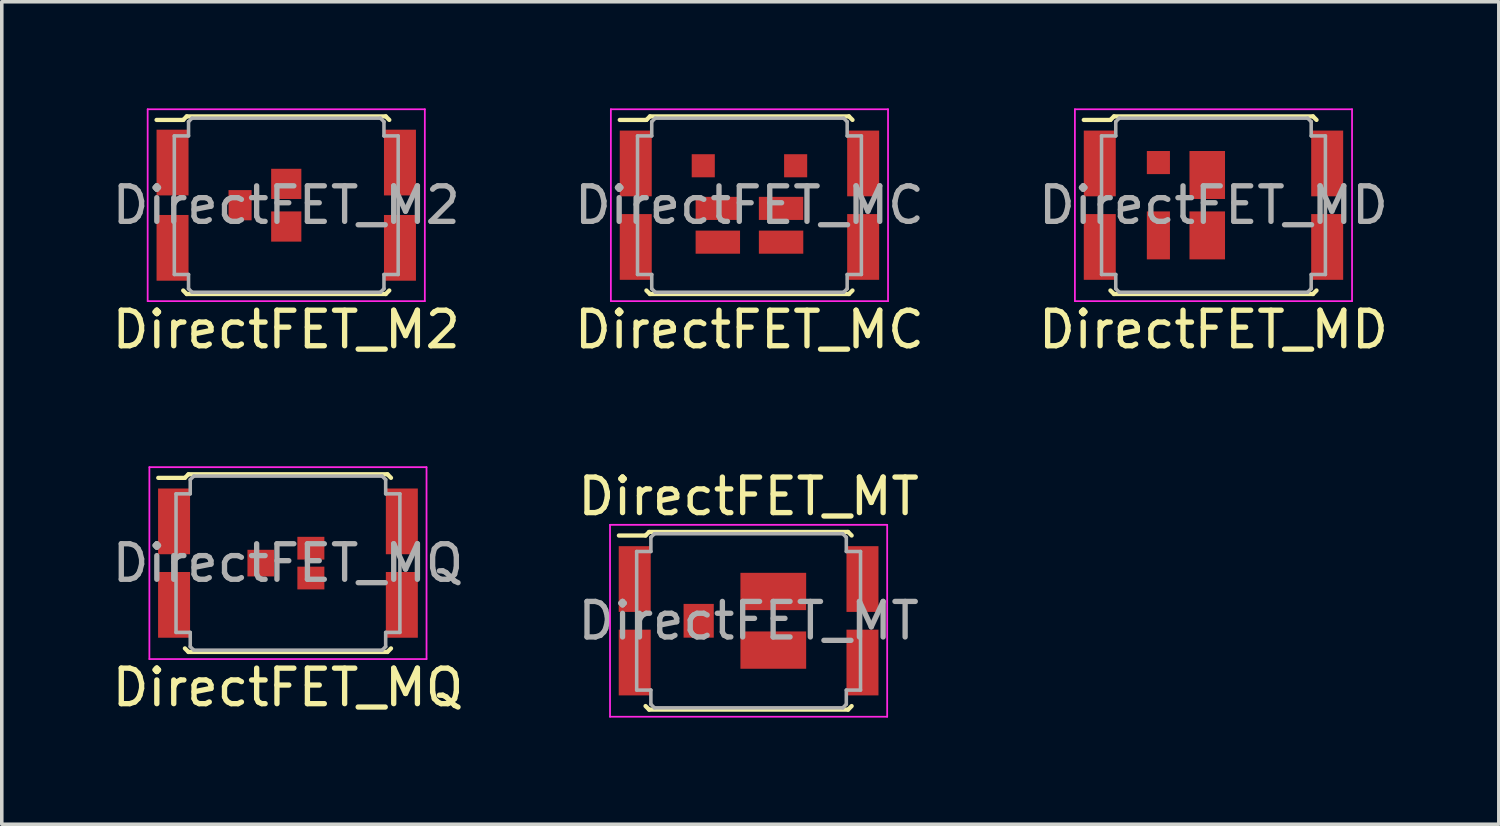
<source format=kicad_pcb>
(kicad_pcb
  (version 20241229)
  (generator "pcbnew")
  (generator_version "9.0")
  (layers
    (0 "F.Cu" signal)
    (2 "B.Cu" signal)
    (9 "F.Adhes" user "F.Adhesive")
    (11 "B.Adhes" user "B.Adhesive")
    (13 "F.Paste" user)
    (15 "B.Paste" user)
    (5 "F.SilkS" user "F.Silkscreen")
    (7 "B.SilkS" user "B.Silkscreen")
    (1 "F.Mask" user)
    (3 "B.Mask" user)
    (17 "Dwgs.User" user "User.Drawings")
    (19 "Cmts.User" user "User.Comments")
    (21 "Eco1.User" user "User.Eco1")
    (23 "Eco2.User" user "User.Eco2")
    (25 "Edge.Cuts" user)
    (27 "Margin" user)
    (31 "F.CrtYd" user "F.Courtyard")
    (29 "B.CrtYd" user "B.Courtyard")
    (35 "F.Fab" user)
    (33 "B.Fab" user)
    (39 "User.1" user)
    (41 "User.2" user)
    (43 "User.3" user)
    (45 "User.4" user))
  (footprint "DirectFET_MD"
    (layer "F.Cu")
    (at 31.101 2.725)
    (property "Reference" "DirectFET_MD" (at 0 3.5 0) (layer "F.SilkS") (effects (font (size 1 1) (thickness 0.15))))
    (attr smd)
    (fp_line (start -3.65 -2.4) (end -2.9 -2.4) (stroke (width 0.12) (type solid)) (layer "F.SilkS"))
    (fp_line (start -2.9 -2.4) (end -2.8 -2.5) (stroke (width 0.12) (type solid)) (layer "F.SilkS"))
    (fp_line (start -2.8 -2.5) (end 2.8 -2.5) (stroke (width 0.12) (type solid)) (layer "F.SilkS"))
    (fp_line (start -2.8 2.5) (end -2.9 2.4) (stroke (width 0.12) (type solid)) (layer "F.SilkS"))
    (fp_line (start 2.8 -2.5) (end 2.9 -2.4) (stroke (width 0.12) (type solid)) (layer "F.SilkS"))
    (fp_line (start 2.8 2.5) (end -2.8 2.5) (stroke (width 0.12) (type solid)) (layer "F.SilkS"))
    (fp_line (start 2.9 2.4) (end 2.8 2.5) (stroke (width 0.12) (type solid)) (layer "F.SilkS"))
    (fp_line (start -3.9 -2.7) (end -3.9 2.7) (stroke (width 0.05) (type solid)) (layer "F.CrtYd"))
    (fp_line (start -3.9 2.7) (end 3.9 2.7) (stroke (width 0.05) (type solid)) (layer "F.CrtYd"))
    (fp_line (start 3.9 -2.7) (end -3.9 -2.7) (stroke (width 0.05) (type solid)) (layer "F.CrtYd"))
    (fp_line (start 3.9 2.7) (end 3.9 -2.7) (stroke (width 0.05) (type solid)) (layer "F.CrtYd"))
    (fp_line (start -3.15 -1.95) (end -2.75 -1.95) (stroke (width 0.1) (type solid)) (layer "F.Fab"))
    (fp_line (start -3.15 1.95) (end -3.15 -1.95) (stroke (width 0.1) (type solid)) (layer "F.Fab"))
    (fp_line (start -3.15 1.95) (end -2.75 1.95) (stroke (width 0.1) (type solid)) (layer "F.Fab"))
    (fp_line (start -2.75 -2.35) (end -2.65 -2.45) (stroke (width 0.1) (type solid)) (layer "F.Fab"))
    (fp_line (start -2.75 -1.95) (end -2.75 -2.35) (stroke (width 0.1) (type solid)) (layer "F.Fab"))
    (fp_line (start -2.75 1.95) (end -2.75 2.35) (stroke (width 0.1) (type solid)) (layer "F.Fab"))
    (fp_line (start -2.75 2.35) (end -2.65 2.45) (stroke (width 0.1) (type solid)) (layer "F.Fab"))
    (fp_line (start -2.65 2.45) (end 2.65 2.45) (stroke (width 0.1) (type solid)) (layer "F.Fab"))
    (fp_line (start 2.65 -2.45) (end -2.65 -2.45) (stroke (width 0.1) (type solid)) (layer "F.Fab"))
    (fp_line (start 2.65 -2.45) (end 2.75 -2.35) (stroke (width 0.1) (type solid)) (layer "F.Fab"))
    (fp_line (start 2.75 -2.35) (end 2.75 -1.95) (stroke (width 0.1) (type solid)) (layer "F.Fab"))
    (fp_line (start 2.75 -1.95) (end 3.15 -1.95) (stroke (width 0.1) (type solid)) (layer "F.Fab"))
    (fp_line (start 2.75 1.95) (end 2.75 2.35) (stroke (width 0.1) (type solid)) (layer "F.Fab"))
    (fp_line (start 2.75 2.35) (end 2.65 2.45) (stroke (width 0.1) (type solid)) (layer "F.Fab"))
    (fp_line (start 3.15 -1.95) (end 3.15 1.95) (stroke (width 0.1) (type solid)) (layer "F.Fab"))
    (fp_line (start 3.15 1.95) (end 2.75 1.95) (stroke (width 0.1) (type solid)) (layer "F.Fab"))
    (fp_text user "${REFERENCE}" (at 0 0 0) (layer "F.Fab") (effects (font (size 1 1) (thickness 0.15))))
    (pad "1" smd rect (at -3.2 -1.175) (size 0.9 1.85) (layers "F.Cu" "F.Mask" "F.Paste"))
    (pad "1" smd rect (at -3.2 1.175) (size 0.9 1.85) (layers "F.Cu" "F.Mask" "F.Paste"))
    (pad "1" smd rect (at 3.2 -1.175) (size 0.9 1.85) (layers "F.Cu" "F.Mask" "F.Paste"))
    (pad "1" smd rect (at 3.2 1.175) (size 0.9 1.85) (layers "F.Cu" "F.Mask" "F.Paste"))
    (pad "2" smd rect (at -1.55 -1.2) (size 0.65 0.65) (layers "F.Cu" "F.Mask" "F.Paste"))
    (pad "3" smd rect (at -1.55 0.85) (size 0.65 1.35) (layers "F.Cu" "F.Mask" "F.Paste"))
    (pad "3" smd rect (at -0.175 -0.85) (size 1 1.35) (layers "F.Cu" "F.Mask" "F.Paste"))
    (pad "3" smd rect (at -0.175 0.85) (size 1 1.35) (layers "F.Cu" "F.Mask" "F.Paste")))
  (footprint "DirectFET_M2"
    (layer "F.Cu")
    (at 5.006 2.725)
    (property "Reference" "DirectFET_M2" (at 0 3.5 0) (layer "F.SilkS") (effects (font (size 1 1) (thickness 0.15))))
    (attr smd)
    (fp_line (start -3.65 -2.4) (end -2.9 -2.4) (stroke (width 0.12) (type solid)) (layer "F.SilkS"))
    (fp_line (start -2.9 -2.4) (end -2.8 -2.5) (stroke (width 0.12) (type solid)) (layer "F.SilkS"))
    (fp_line (start -2.8 -2.5) (end 2.8 -2.5) (stroke (width 0.12) (type solid)) (layer "F.SilkS"))
    (fp_line (start -2.8 2.5) (end -2.9 2.4) (stroke (width 0.12) (type solid)) (layer "F.SilkS"))
    (fp_line (start 2.8 -2.5) (end 2.9 -2.4) (stroke (width 0.12) (type solid)) (layer "F.SilkS"))
    (fp_line (start 2.8 2.5) (end -2.8 2.5) (stroke (width 0.12) (type solid)) (layer "F.SilkS"))
    (fp_line (start 2.9 2.4) (end 2.8 2.5) (stroke (width 0.12) (type solid)) (layer "F.SilkS"))
    (fp_line (start -3.9 -2.7) (end -3.9 2.7) (stroke (width 0.05) (type solid)) (layer "F.CrtYd"))
    (fp_line (start -3.9 2.7) (end 3.9 2.7) (stroke (width 0.05) (type solid)) (layer "F.CrtYd"))
    (fp_line (start 3.9 -2.7) (end -3.9 -2.7) (stroke (width 0.05) (type solid)) (layer "F.CrtYd"))
    (fp_line (start 3.9 2.7) (end 3.9 -2.7) (stroke (width 0.05) (type solid)) (layer "F.CrtYd"))
    (fp_line (start -3.15 -1.95) (end -2.75 -1.95) (stroke (width 0.1) (type solid)) (layer "F.Fab"))
    (fp_line (start -3.15 1.95) (end -3.15 -1.95) (stroke (width 0.1) (type solid)) (layer "F.Fab"))
    (fp_line (start -3.15 1.95) (end -2.75 1.95) (stroke (width 0.1) (type solid)) (layer "F.Fab"))
    (fp_line (start -2.75 -2.35) (end -2.65 -2.45) (stroke (width 0.1) (type solid)) (layer "F.Fab"))
    (fp_line (start -2.75 -1.95) (end -2.75 -2.35) (stroke (width 0.1) (type solid)) (layer "F.Fab"))
    (fp_line (start -2.75 1.95) (end -2.75 2.35) (stroke (width 0.1) (type solid)) (layer "F.Fab"))
    (fp_line (start -2.75 2.35) (end -2.65 2.45) (stroke (width 0.1) (type solid)) (layer "F.Fab"))
    (fp_line (start -2.65 2.45) (end 2.65 2.45) (stroke (width 0.1) (type solid)) (layer "F.Fab"))
    (fp_line (start 2.65 -2.45) (end -2.65 -2.45) (stroke (width 0.1) (type solid)) (layer "F.Fab"))
    (fp_line (start 2.65 -2.45) (end 2.75 -2.35) (stroke (width 0.1) (type solid)) (layer "F.Fab"))
    (fp_line (start 2.75 -2.35) (end 2.75 -1.95) (stroke (width 0.1) (type solid)) (layer "F.Fab"))
    (fp_line (start 2.75 -1.95) (end 3.15 -1.95) (stroke (width 0.1) (type solid)) (layer "F.Fab"))
    (fp_line (start 2.75 1.95) (end 2.75 2.35) (stroke (width 0.1) (type solid)) (layer "F.Fab"))
    (fp_line (start 2.75 2.35) (end 2.65 2.45) (stroke (width 0.1) (type solid)) (layer "F.Fab"))
    (fp_line (start 3.15 -1.95) (end 3.15 1.95) (stroke (width 0.1) (type solid)) (layer "F.Fab"))
    (fp_line (start 3.15 1.95) (end 2.75 1.95) (stroke (width 0.1) (type solid)) (layer "F.Fab"))
    (fp_text user "${REFERENCE}" (at 0 0 0) (layer "F.Fab") (effects (font (size 1 1) (thickness 0.15))))
    (pad "1" smd rect (at -3.2 -1.2) (size 0.9 1.85) (layers "F.Cu" "F.Mask" "F.Paste"))
    (pad "1" smd rect (at -3.2 1.2) (size 0.9 1.85) (layers "F.Cu" "F.Mask" "F.Paste"))
    (pad "1" smd rect (at 3.2 -1.2) (size 0.9 1.85) (layers "F.Cu" "F.Mask" "F.Paste"))
    (pad "1" smd rect (at 3.2 1.2) (size 0.9 1.85) (layers "F.Cu" "F.Mask" "F.Paste"))
    (pad "2" smd rect (at -1.3 0) (size 0.65 0.85) (layers "F.Cu" "F.Mask" "F.Paste"))
    (pad "3" smd rect (at 0 -0.6) (size 0.85 0.85) (layers "F.Cu" "F.Mask" "F.Paste"))
    (pad "3" smd rect (at 0 0.6) (size 0.85 0.85) (layers "F.Cu" "F.Mask" "F.Paste")))
  (footprint "DirectFET_MT"
    (layer "F.Cu")
    (at 18.018 14.421)
    (property "Reference" "DirectFET_MT" (at 0 -3.5 0) (layer "F.SilkS") (effects (font (size 1 1) (thickness 0.15))))
    (attr smd)
    (fp_line (start -3.65 -2.4) (end -2.9 -2.4) (stroke (width 0.12) (type solid)) (layer "F.SilkS"))
    (fp_line (start -2.9 -2.4) (end -2.8 -2.5) (stroke (width 0.12) (type solid)) (layer "F.SilkS"))
    (fp_line (start -2.8 -2.5) (end 2.8 -2.5) (stroke (width 0.12) (type solid)) (layer "F.SilkS"))
    (fp_line (start -2.8 2.5) (end -2.9 2.4) (stroke (width 0.12) (type solid)) (layer "F.SilkS"))
    (fp_line (start 2.8 -2.5) (end 2.9 -2.4) (stroke (width 0.12) (type solid)) (layer "F.SilkS"))
    (fp_line (start 2.8 2.5) (end -2.8 2.5) (stroke (width 0.12) (type solid)) (layer "F.SilkS"))
    (fp_line (start 2.9 2.4) (end 2.8 2.5) (stroke (width 0.12) (type solid)) (layer "F.SilkS"))
    (fp_line (start -3.9 -2.7) (end -3.9 2.7) (stroke (width 0.05) (type solid)) (layer "F.CrtYd"))
    (fp_line (start -3.9 2.7) (end 3.9 2.7) (stroke (width 0.05) (type solid)) (layer "F.CrtYd"))
    (fp_line (start 3.9 -2.7) (end -3.9 -2.7) (stroke (width 0.05) (type solid)) (layer "F.CrtYd"))
    (fp_line (start 3.9 2.7) (end 3.9 -2.7) (stroke (width 0.05) (type solid)) (layer "F.CrtYd"))
    (fp_line (start -3.15 -1.95) (end -2.75 -1.95) (stroke (width 0.1) (type solid)) (layer "F.Fab"))
    (fp_line (start -3.15 1.95) (end -3.15 -1.95) (stroke (width 0.1) (type solid)) (layer "F.Fab"))
    (fp_line (start -3.15 1.95) (end -2.75 1.95) (stroke (width 0.1) (type solid)) (layer "F.Fab"))
    (fp_line (start -2.75 -2.35) (end -2.65 -2.45) (stroke (width 0.1) (type solid)) (layer "F.Fab"))
    (fp_line (start -2.75 -1.95) (end -2.75 -2.35) (stroke (width 0.1) (type solid)) (layer "F.Fab"))
    (fp_line (start -2.75 1.95) (end -2.75 2.35) (stroke (width 0.1) (type solid)) (layer "F.Fab"))
    (fp_line (start -2.75 2.35) (end -2.65 2.45) (stroke (width 0.1) (type solid)) (layer "F.Fab"))
    (fp_line (start -2.65 2.45) (end 2.65 2.45) (stroke (width 0.1) (type solid)) (layer "F.Fab"))
    (fp_line (start 2.65 -2.45) (end -2.65 -2.45) (stroke (width 0.1) (type solid)) (layer "F.Fab"))
    (fp_line (start 2.65 -2.45) (end 2.75 -2.35) (stroke (width 0.1) (type solid)) (layer "F.Fab"))
    (fp_line (start 2.75 -2.35) (end 2.75 -1.95) (stroke (width 0.1) (type solid)) (layer "F.Fab"))
    (fp_line (start 2.75 -1.95) (end 3.15 -1.95) (stroke (width 0.1) (type solid)) (layer "F.Fab"))
    (fp_line (start 2.75 1.95) (end 2.75 2.35) (stroke (width 0.1) (type solid)) (layer "F.Fab"))
    (fp_line (start 2.75 2.35) (end 2.65 2.45) (stroke (width 0.1) (type solid)) (layer "F.Fab"))
    (fp_line (start 3.15 -1.95) (end 3.15 1.95) (stroke (width 0.1) (type solid)) (layer "F.Fab"))
    (fp_line (start 3.15 1.95) (end 2.75 1.95) (stroke (width 0.1) (type solid)) (layer "F.Fab"))
    (fp_text user "${REFERENCE}" (at 0 0 0) (layer "F.Fab") (effects (font (size 1 1) (thickness 0.15))))
    (pad "1" smd rect (at -3.205 -1.175) (size 0.9 1.85) (layers "F.Cu" "F.Mask" "F.Paste"))
    (pad "1" smd rect (at -3.205 1.175) (size 0.9 1.85) (layers "F.Cu" "F.Mask" "F.Paste"))
    (pad "1" smd rect (at 3.205 -1.175) (size 0.9 1.85) (layers "F.Cu" "F.Mask" "F.Paste"))
    (pad "1" smd rect (at 3.205 1.175) (size 0.9 1.85) (layers "F.Cu" "F.Mask" "F.Paste"))
    (pad "2" smd rect (at -1.405 0) (size 0.85 0.95) (layers "F.Cu" "F.Mask" "F.Paste"))
    (pad "3" smd rect (at 0.695 -0.825) (size 1.85 1.05) (layers "F.Cu" "F.Mask" "F.Paste"))
    (pad "3" smd rect (at 0.695 0.825) (size 1.85 1.05) (layers "F.Cu" "F.Mask" "F.Paste")))
  (footprint "DirectFET_MC"
    (layer "F.Cu")
    (at 18.042 2.725)
    (property "Reference" "DirectFET_MC" (at 0 3.5 0) (layer "F.SilkS") (effects (font (size 1 1) (thickness 0.15))))
    (attr smd)
    (fp_line (start -3.65 -2.4) (end -2.9 -2.4) (stroke (width 0.12) (type solid)) (layer "F.SilkS"))
    (fp_line (start -2.9 -2.4) (end -2.8 -2.5) (stroke (width 0.12) (type solid)) (layer "F.SilkS"))
    (fp_line (start -2.8 -2.5) (end 2.8 -2.5) (stroke (width 0.12) (type solid)) (layer "F.SilkS"))
    (fp_line (start -2.8 2.5) (end -2.9 2.4) (stroke (width 0.12) (type solid)) (layer "F.SilkS"))
    (fp_line (start 2.8 -2.5) (end 2.9 -2.4) (stroke (width 0.12) (type solid)) (layer "F.SilkS"))
    (fp_line (start 2.8 2.5) (end -2.8 2.5) (stroke (width 0.12) (type solid)) (layer "F.SilkS"))
    (fp_line (start 2.9 2.4) (end 2.8 2.5) (stroke (width 0.12) (type solid)) (layer "F.SilkS"))
    (fp_line (start -3.9 -2.7) (end -3.9 2.7) (stroke (width 0.05) (type solid)) (layer "F.CrtYd"))
    (fp_line (start -3.9 2.7) (end 3.9 2.7) (stroke (width 0.05) (type solid)) (layer "F.CrtYd"))
    (fp_line (start 3.9 -2.7) (end -3.9 -2.7) (stroke (width 0.05) (type solid)) (layer "F.CrtYd"))
    (fp_line (start 3.9 2.7) (end 3.9 -2.7) (stroke (width 0.05) (type solid)) (layer "F.CrtYd"))
    (fp_line (start -3.15 -1.95) (end -2.75 -1.95) (stroke (width 0.1) (type solid)) (layer "F.Fab"))
    (fp_line (start -3.15 1.95) (end -3.15 -1.95) (stroke (width 0.1) (type solid)) (layer "F.Fab"))
    (fp_line (start -3.15 1.95) (end -2.75 1.95) (stroke (width 0.1) (type solid)) (layer "F.Fab"))
    (fp_line (start -2.75 -2.35) (end -2.65 -2.45) (stroke (width 0.1) (type solid)) (layer "F.Fab"))
    (fp_line (start -2.75 -1.95) (end -2.75 -2.35) (stroke (width 0.1) (type solid)) (layer "F.Fab"))
    (fp_line (start -2.75 1.95) (end -2.75 2.35) (stroke (width 0.1) (type solid)) (layer "F.Fab"))
    (fp_line (start -2.75 2.35) (end -2.65 2.45) (stroke (width 0.1) (type solid)) (layer "F.Fab"))
    (fp_line (start -2.65 2.45) (end 2.65 2.45) (stroke (width 0.1) (type solid)) (layer "F.Fab"))
    (fp_line (start 2.65 -2.45) (end -2.65 -2.45) (stroke (width 0.1) (type solid)) (layer "F.Fab"))
    (fp_line (start 2.65 -2.45) (end 2.75 -2.35) (stroke (width 0.1) (type solid)) (layer "F.Fab"))
    (fp_line (start 2.75 -2.35) (end 2.75 -1.95) (stroke (width 0.1) (type solid)) (layer "F.Fab"))
    (fp_line (start 2.75 -1.95) (end 3.15 -1.95) (stroke (width 0.1) (type solid)) (layer "F.Fab"))
    (fp_line (start 2.75 1.95) (end 2.75 2.35) (stroke (width 0.1) (type solid)) (layer "F.Fab"))
    (fp_line (start 2.75 2.35) (end 2.65 2.45) (stroke (width 0.1) (type solid)) (layer "F.Fab"))
    (fp_line (start 3.15 -1.95) (end 3.15 1.95) (stroke (width 0.1) (type solid)) (layer "F.Fab"))
    (fp_line (start 3.15 1.95) (end 2.75 1.95) (stroke (width 0.1) (type solid)) (layer "F.Fab"))
    (fp_text user "${REFERENCE}" (at 0 0 0) (layer "F.Fab") (effects (font (size 1 1) (thickness 0.15))))
    (pad "1" smd rect (at -3.2 -1.175) (size 0.9 1.85) (layers "F.Cu" "F.Mask" "F.Paste"))
    (pad "1" smd rect (at -3.2 1.175) (size 0.9 1.85) (layers "F.Cu" "F.Mask" "F.Paste"))
    (pad "1" smd rect (at 3.2 -1.175) (size 0.9 1.85) (layers "F.Cu" "F.Mask" "F.Paste"))
    (pad "1" smd rect (at 3.2 1.175) (size 0.9 1.85) (layers "F.Cu" "F.Mask" "F.Paste"))
    (pad "2" smd rect (at -1.3 -1.11) (size 0.65 0.65) (layers "F.Cu" "F.Mask" "F.Paste"))
    (pad "2" smd rect (at 1.3 -1.11) (size 0.65 0.65) (layers "F.Cu" "F.Mask" "F.Paste"))
    (pad "3" smd rect (at -0.89 0.09) (size 1.25 0.65) (layers "F.Cu" "F.Mask" "F.Paste"))
    (pad "3" smd rect (at -0.89 1.04) (size 1.25 0.65) (layers "F.Cu" "F.Mask" "F.Paste"))
    (pad "3" smd rect (at 0.89 0.09) (size 1.25 0.65) (layers "F.Cu" "F.Mask" "F.Paste"))
    (pad "3" smd rect (at 0.89 1.04) (size 1.25 0.65) (layers "F.Cu" "F.Mask" "F.Paste")))
  (footprint "DirectFET_MQ"
    (layer "F.Cu")
    (at 5.054 12.798)
    (property "Reference" "DirectFET_MQ" (at 0 3.5 0) (layer "F.SilkS") (effects (font (size 1 1) (thickness 0.15))))
    (attr smd)
    (fp_line (start -3.65 -2.4) (end -2.9 -2.4) (stroke (width 0.12) (type solid)) (layer "F.SilkS"))
    (fp_line (start -2.9 -2.4) (end -2.8 -2.5) (stroke (width 0.12) (type solid)) (layer "F.SilkS"))
    (fp_line (start -2.8 -2.5) (end 2.8 -2.5) (stroke (width 0.12) (type solid)) (layer "F.SilkS"))
    (fp_line (start -2.8 2.5) (end -2.9 2.4) (stroke (width 0.12) (type solid)) (layer "F.SilkS"))
    (fp_line (start 2.8 -2.5) (end 2.9 -2.4) (stroke (width 0.12) (type solid)) (layer "F.SilkS"))
    (fp_line (start 2.8 2.5) (end -2.8 2.5) (stroke (width 0.12) (type solid)) (layer "F.SilkS"))
    (fp_line (start 2.9 2.4) (end 2.8 2.5) (stroke (width 0.12) (type solid)) (layer "F.SilkS"))
    (fp_line (start -3.9 -2.7) (end -3.9 2.7) (stroke (width 0.05) (type solid)) (layer "F.CrtYd"))
    (fp_line (start -3.9 2.7) (end 3.9 2.7) (stroke (width 0.05) (type solid)) (layer "F.CrtYd"))
    (fp_line (start 3.9 -2.7) (end -3.9 -2.7) (stroke (width 0.05) (type solid)) (layer "F.CrtYd"))
    (fp_line (start 3.9 2.7) (end 3.9 -2.7) (stroke (width 0.05) (type solid)) (layer "F.CrtYd"))
    (fp_line (start -3.15 -1.95) (end -2.75 -1.95) (stroke (width 0.1) (type solid)) (layer "F.Fab"))
    (fp_line (start -3.15 1.95) (end -3.15 -1.95) (stroke (width 0.1) (type solid)) (layer "F.Fab"))
    (fp_line (start -3.15 1.95) (end -2.75 1.95) (stroke (width 0.1) (type solid)) (layer "F.Fab"))
    (fp_line (start -2.75 -2.35) (end -2.65 -2.45) (stroke (width 0.1) (type solid)) (layer "F.Fab"))
    (fp_line (start -2.75 -1.95) (end -2.75 -2.35) (stroke (width 0.1) (type solid)) (layer "F.Fab"))
    (fp_line (start -2.75 1.95) (end -2.75 2.35) (stroke (width 0.1) (type solid)) (layer "F.Fab"))
    (fp_line (start -2.75 2.35) (end -2.65 2.45) (stroke (width 0.1) (type solid)) (layer "F.Fab"))
    (fp_line (start -2.65 2.45) (end 2.65 2.45) (stroke (width 0.1) (type solid)) (layer "F.Fab"))
    (fp_line (start 2.65 -2.45) (end -2.65 -2.45) (stroke (width 0.1) (type solid)) (layer "F.Fab"))
    (fp_line (start 2.65 -2.45) (end 2.75 -2.35) (stroke (width 0.1) (type solid)) (layer "F.Fab"))
    (fp_line (start 2.75 -2.35) (end 2.75 -1.95) (stroke (width 0.1) (type solid)) (layer "F.Fab"))
    (fp_line (start 2.75 -1.95) (end 3.15 -1.95) (stroke (width 0.1) (type solid)) (layer "F.Fab"))
    (fp_line (start 2.75 1.95) (end 2.75 2.35) (stroke (width 0.1) (type solid)) (layer "F.Fab"))
    (fp_line (start 2.75 2.35) (end 2.65 2.45) (stroke (width 0.1) (type solid)) (layer "F.Fab"))
    (fp_line (start 3.15 -1.95) (end 3.15 1.95) (stroke (width 0.1) (type solid)) (layer "F.Fab"))
    (fp_line (start 3.15 1.95) (end 2.75 1.95) (stroke (width 0.1) (type solid)) (layer "F.Fab"))
    (fp_text user "${REFERENCE}" (at 0 0 0) (layer "F.Fab") (effects (font (size 1 1) (thickness 0.15))))
    (pad "1" smd rect (at -3.205 -1.175) (size 0.9 1.85) (layers "F.Cu" "F.Mask" "F.Paste"))
    (pad "1" smd rect (at -3.205 1.175) (size 0.9 1.85) (layers "F.Cu" "F.Mask" "F.Paste"))
    (pad "1" smd rect (at 3.205 -1.175) (size 0.9 1.85) (layers "F.Cu" "F.Mask" "F.Paste"))
    (pad "1" smd rect (at 3.205 1.175) (size 0.9 1.85) (layers "F.Cu" "F.Mask" "F.Paste"))
    (pad "2" smd rect (at -0.765 0) (size 0.75 0.75) (layers "F.Cu" "F.Mask" "F.Paste"))
    (pad "3" smd rect (at 0.645 -0.42) (size 0.76 0.64) (layers "F.Cu" "F.Mask" "F.Paste"))
    (pad "3" smd rect (at 0.645 0.42) (size 0.76 0.64) (layers "F.Cu" "F.Mask" "F.Paste")))
  (gr_rect
    (start -3 -3)
    (end 39.131 20.146)
    (stroke (width 0.1) (type default))
    (fill no)
    (layer "Edge.Cuts")))
</source>
